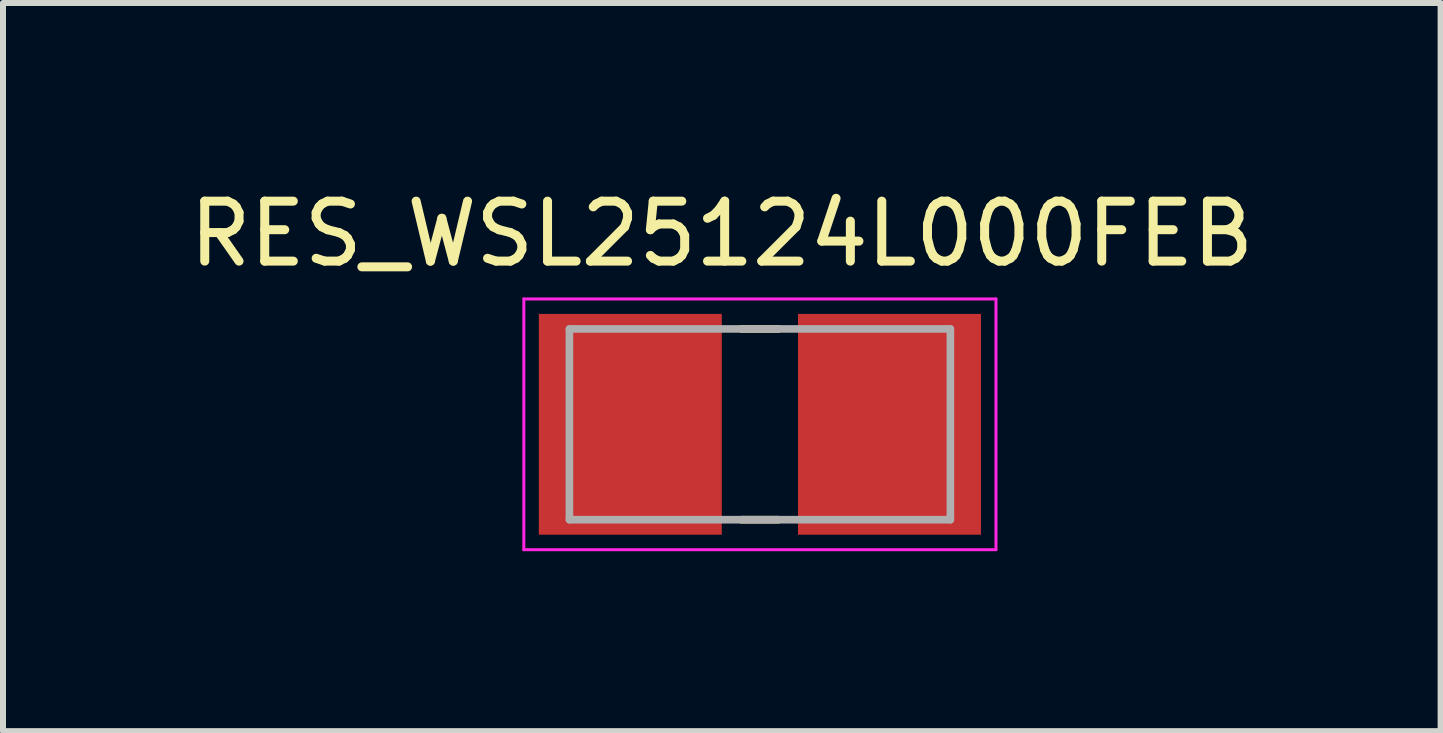
<source format=kicad_pcb>
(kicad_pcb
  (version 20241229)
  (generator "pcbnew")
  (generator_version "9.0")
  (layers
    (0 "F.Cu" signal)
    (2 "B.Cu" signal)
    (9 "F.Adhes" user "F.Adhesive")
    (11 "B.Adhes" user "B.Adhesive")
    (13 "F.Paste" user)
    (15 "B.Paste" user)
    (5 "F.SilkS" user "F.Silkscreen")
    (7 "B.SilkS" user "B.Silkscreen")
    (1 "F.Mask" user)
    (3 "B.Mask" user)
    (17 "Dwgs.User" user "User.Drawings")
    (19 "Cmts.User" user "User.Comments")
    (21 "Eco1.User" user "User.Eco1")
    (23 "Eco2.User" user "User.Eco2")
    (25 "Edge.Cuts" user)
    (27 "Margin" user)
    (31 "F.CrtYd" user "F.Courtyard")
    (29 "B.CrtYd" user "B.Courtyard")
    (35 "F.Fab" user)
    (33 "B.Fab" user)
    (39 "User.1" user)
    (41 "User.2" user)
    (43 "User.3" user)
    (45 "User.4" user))
  (footprint "RES_WSL25124L000FEB"
    (layer "F.Cu")
    (at 9.617 4.023)
    (property "Reference" "RES_WSL25124L000FEB" (at -0.635 -3.175 0) (layer "F.SilkS") (effects (font (size 1 1) (thickness 0.15))))
    (attr smd)
    (fp_line (start -0.31 -1.59) (end 0.31 -1.59) (stroke (width 0.127) (type solid)) (layer "F.SilkS"))
    (fp_line (start -0.31 1.59) (end 0.31 1.59) (stroke (width 0.127) (type solid)) (layer "F.SilkS"))
    (fp_line (start -3.935 -2.09) (end 3.935 -2.09) (stroke (width 0.05) (type solid)) (layer "F.CrtYd"))
    (fp_line (start -3.935 2.09) (end -3.935 -2.09) (stroke (width 0.05) (type solid)) (layer "F.CrtYd"))
    (fp_line (start 3.935 -2.09) (end 3.935 2.09) (stroke (width 0.05) (type solid)) (layer "F.CrtYd"))
    (fp_line (start 3.935 2.09) (end -3.935 2.09) (stroke (width 0.05) (type solid)) (layer "F.CrtYd"))
    (fp_line (start -3.175 -1.59) (end 3.175 -1.59) (stroke (width 0.127) (type solid)) (layer "F.Fab"))
    (fp_line (start -3.175 1.59) (end -3.175 -1.59) (stroke (width 0.127) (type solid)) (layer "F.Fab"))
    (fp_line (start 3.175 -1.59) (end 3.175 1.59) (stroke (width 0.127) (type solid)) (layer "F.Fab"))
    (fp_line (start 3.175 1.59) (end -3.175 1.59) (stroke (width 0.127) (type solid)) (layer "F.Fab"))
    (pad "1" smd rect (at -2.16 0) (size 3.05 3.68) (layers "F.Cu" "F.Mask" "F.Paste"))
    (pad "2" smd rect (at 2.16 0) (size 3.05 3.68) (layers "F.Cu" "F.Mask" "F.Paste")))
  (gr_rect
    (start -3 -3)
    (end 20.964 9.138)
    (stroke (width 0.1) (type default))
    (fill no)
    (layer "Edge.Cuts")))
</source>
